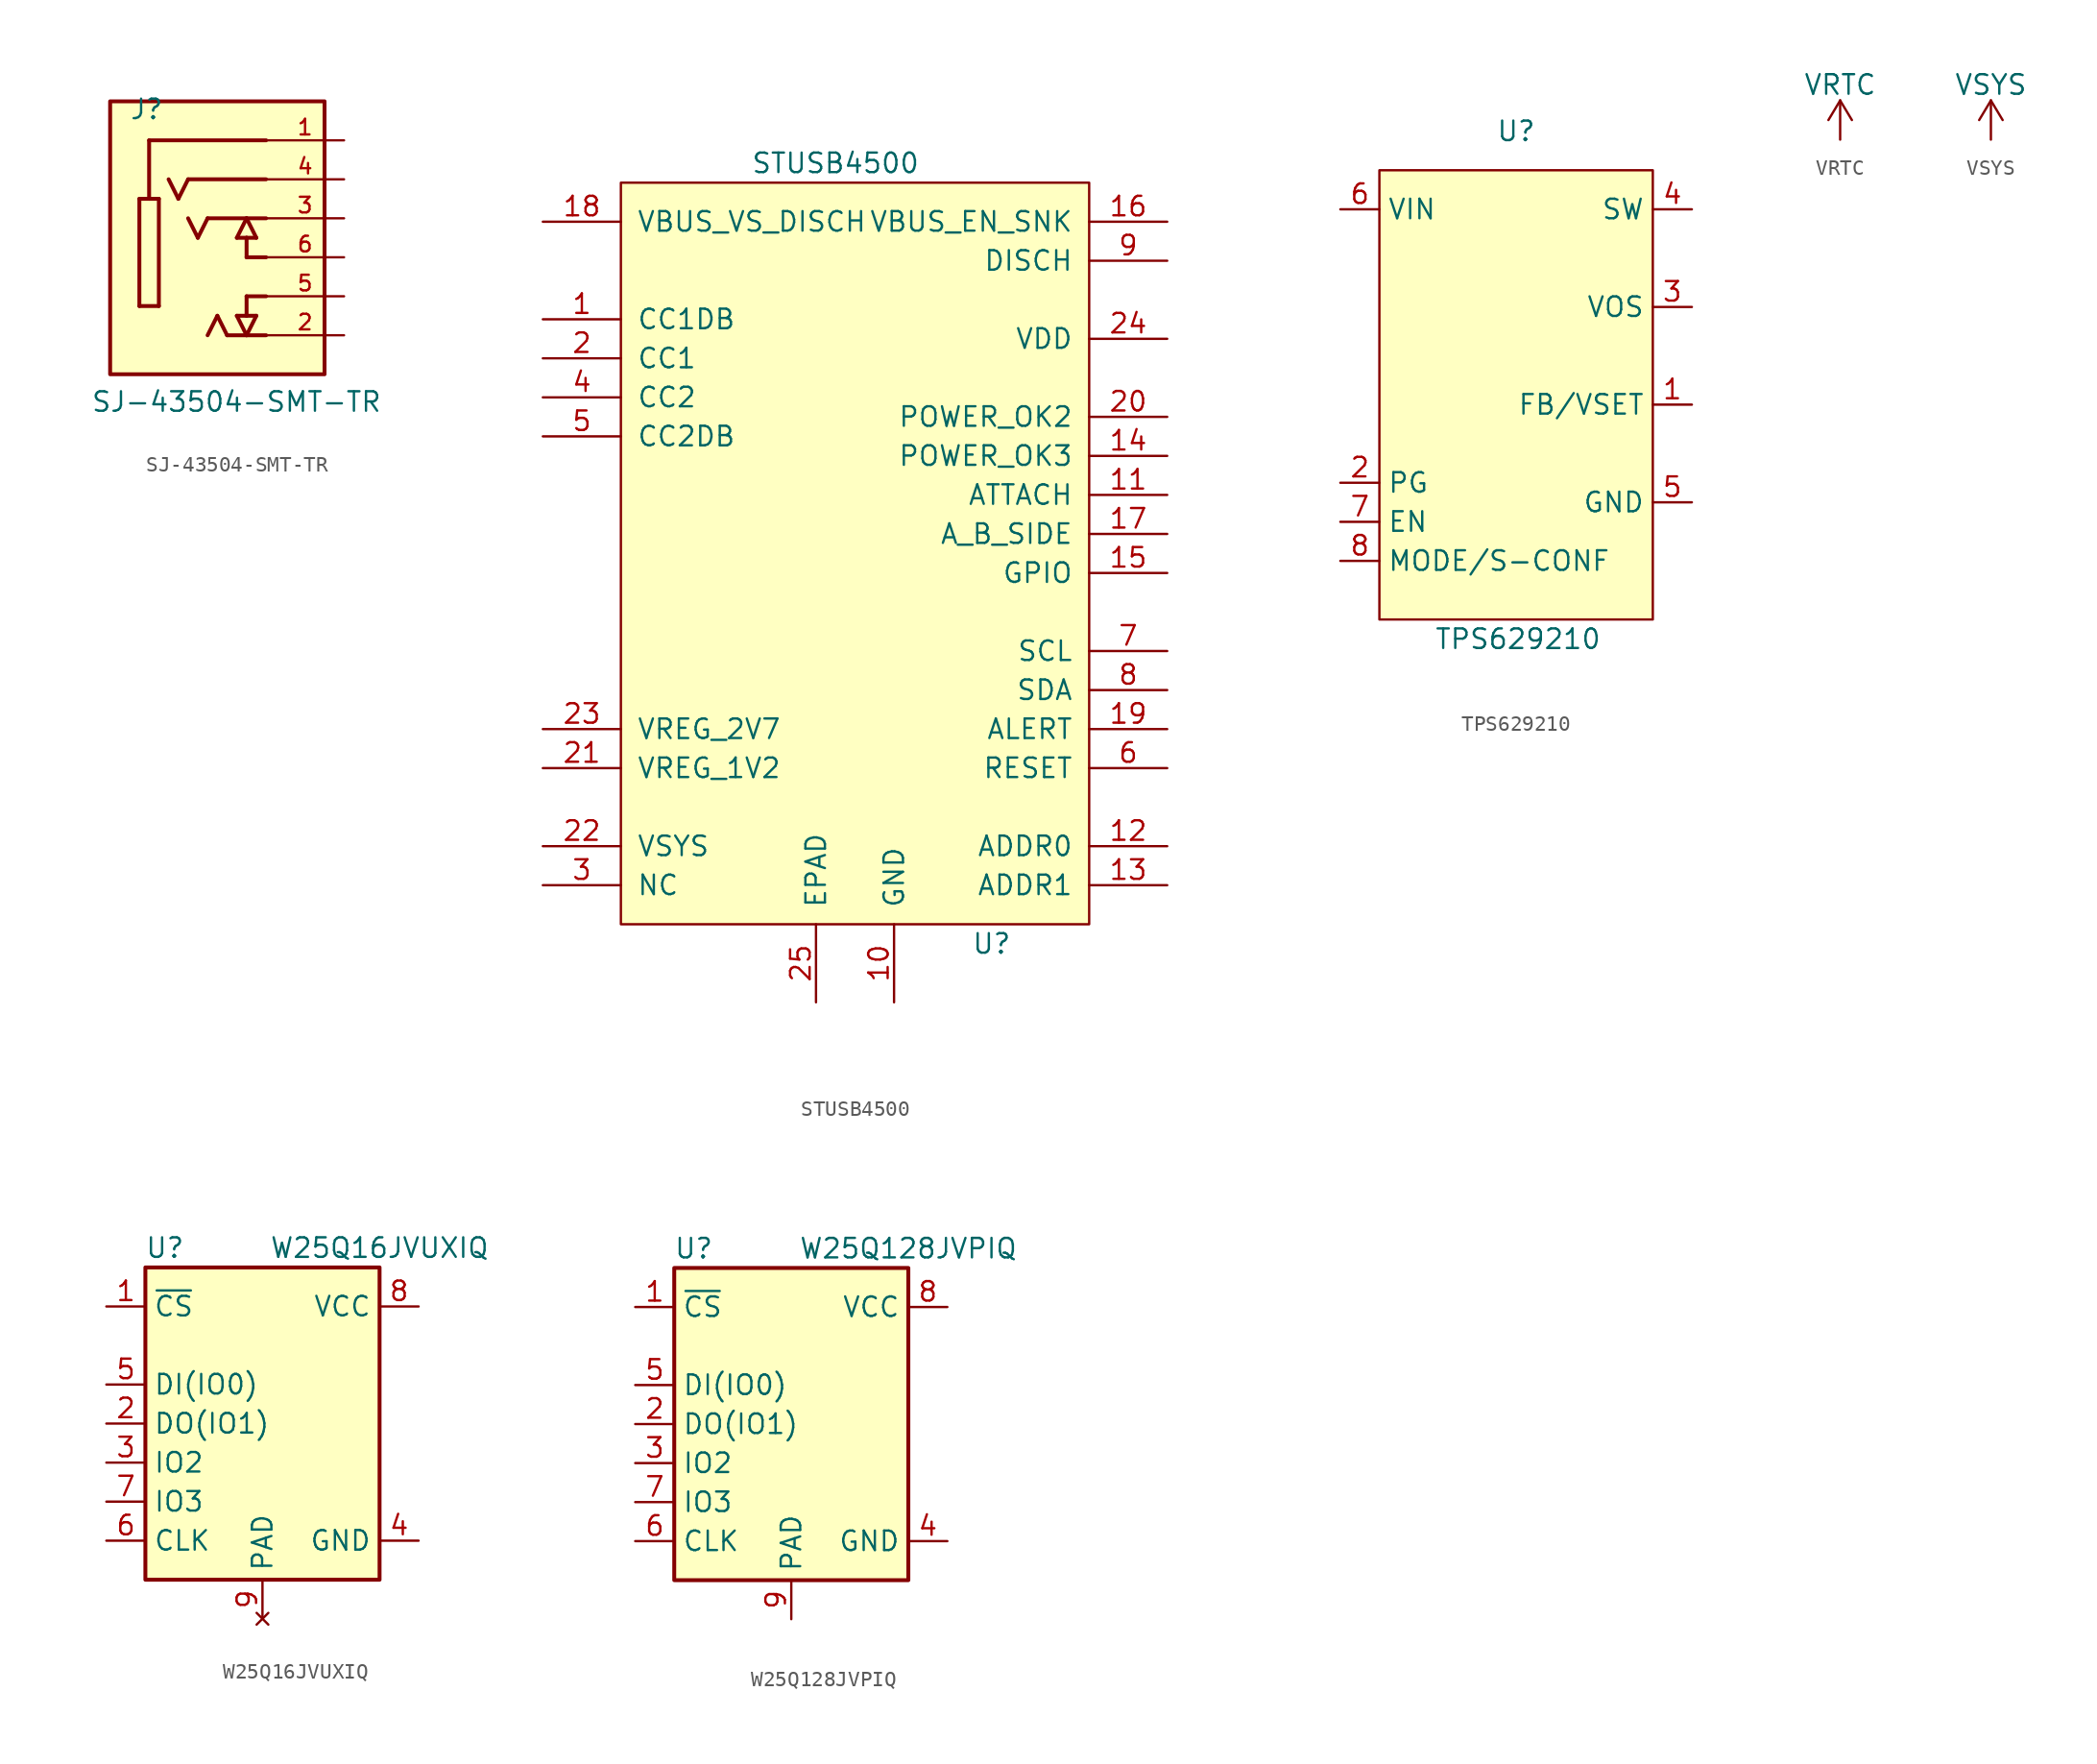
<source format=kicad_sym>
(kicad_symbol_lib
  (version 20220914)
  (generator kicad_symbol_editor)
  (symbol "SJ-43504-SMT-TR"
    (pin_names
      (offset 1.016))
    (property "Reference" "J"
      (at -8.909 6.363 0)
      (effects (font (size 1.27 1.27)) (justify left bottom)))
    (property "Value" "SJ-43504-SMT-TR"
      (at -11.43 -12.7 0)
      (effects (font (size 1.27 1.27)) (justify left bottom)))
    (symbol "SJ-43504-SMT-TR_0_0"
      (rectangle (start -10.16 7.62) (end 3.81 -10.16) (stroke (width 0.254) (type default)) (fill (type background)))
      (polyline (pts (xy -8.255 -5.715) (xy -8.255 1.27)) (stroke (width 0.254) (type default)) (fill (type none)))
      (polyline (pts (xy -8.255 1.27) (xy -7.62 1.27)) (stroke (width 0.254) (type default)) (fill (type none)))
      (polyline (pts (xy -7.62 1.27) (xy -6.985 1.27)) (stroke (width 0.254) (type default)) (fill (type none)))
      (polyline (pts (xy -7.62 5.08) (xy -7.62 1.27)) (stroke (width 0.254) (type default)) (fill (type none)))
      (polyline (pts (xy -6.985 -5.715) (xy -8.255 -5.715)) (stroke (width 0.254) (type default)) (fill (type none)))
      (polyline (pts (xy -6.985 1.27) (xy -6.985 -5.715)) (stroke (width 0.254) (type default)) (fill (type none)))
      (polyline (pts (xy -5.715 1.27) (xy -6.35 2.54)) (stroke (width 0.254) (type default)) (fill (type none)))
      (polyline (pts (xy -5.08 2.54) (xy -5.715 1.27)) (stroke (width 0.254) (type default)) (fill (type none)))
      (polyline (pts (xy -4.445 -1.27) (xy -5.08 0)) (stroke (width 0.254) (type default)) (fill (type none)))
      (polyline (pts (xy -3.81 0) (xy -4.445 -1.27)) (stroke (width 0.254) (type default)) (fill (type none)))
      (polyline (pts (xy -3.175 -6.35) (xy -3.81 -7.62)) (stroke (width 0.254) (type default)) (fill (type none)))
      (polyline (pts (xy -2.54 -7.62) (xy -3.175 -6.35)) (stroke (width 0.254) (type default)) (fill (type none)))
      (polyline (pts (xy -1.905 -6.35) (xy -1.27 -6.35)) (stroke (width 0.254) (type default)) (fill (type none)))
      (polyline (pts (xy -1.905 -1.27) (xy -1.27 -1.27)) (stroke (width 0.254) (type default)) (fill (type none)))
      (polyline (pts (xy -1.27 -7.62) (xy -2.54 -7.62)) (stroke (width 0.254) (type default)) (fill (type none)))
      (polyline (pts (xy -1.27 -7.62) (xy -1.905 -6.35)) (stroke (width 0.254) (type default)) (fill (type none)))
      (polyline (pts (xy -1.27 -6.35) (xy -0.635 -6.35)) (stroke (width 0.254) (type default)) (fill (type none)))
      (polyline (pts (xy -1.27 -5.08) (xy -1.27 -6.35)) (stroke (width 0.254) (type default)) (fill (type none)))
      (polyline (pts (xy -1.27 -2.54) (xy -1.27 -1.27)) (stroke (width 0.254) (type default)) (fill (type none)))
      (polyline (pts (xy -1.27 -1.27) (xy -0.635 -1.27)) (stroke (width 0.254) (type default)) (fill (type none)))
      (polyline (pts (xy -1.27 0) (xy -3.81 0)) (stroke (width 0.254) (type default)) (fill (type none)))
      (polyline (pts (xy -1.27 0) (xy -1.905 -1.27)) (stroke (width 0.254) (type default)) (fill (type none)))
      (polyline (pts (xy -0.635 -6.35) (xy -1.27 -7.62)) (stroke (width 0.254) (type default)) (fill (type none)))
      (polyline (pts (xy -0.635 -1.27) (xy -1.27 0)) (stroke (width 0.254) (type default)) (fill (type none)))
      (polyline (pts (xy 0 -7.62) (xy -1.27 -7.62)) (stroke (width 0.254) (type default)) (fill (type none)))
      (polyline (pts (xy 0 -5.08) (xy -1.27 -5.08)) (stroke (width 0.254) (type default)) (fill (type none)))
      (polyline (pts (xy 0 -2.54) (xy -1.27 -2.54)) (stroke (width 0.254) (type default)) (fill (type none)))
      (polyline (pts (xy 0 0) (xy -1.27 0)) (stroke (width 0.254) (type default)) (fill (type none)))
      (polyline (pts (xy 0 2.54) (xy -5.08 2.54)) (stroke (width 0.254) (type default)) (fill (type none)))
      (polyline (pts (xy 0 5.08) (xy -7.62 5.08)) (stroke (width 0.254) (type default)) (fill (type none)))
      (pin passive line (at 5.08 5.08 180) (length 5.08) (name "~" (effects (font (size 1.016 1.016)))) (number "1" (effects (font (size 1.016 1.016)))))
      (pin passive line (at 5.08 -7.62 180) (length 5.08) (name "~" (effects (font (size 1.016 1.016)))) (number "2" (effects (font (size 1.016 1.016)))))
      (pin passive line (at 5.08 0 180) (length 5.08) (name "~" (effects (font (size 1.016 1.016)))) (number "3" (effects (font (size 1.016 1.016)))))
      (pin passive line (at 5.08 2.54 180) (length 5.08) (name "~" (effects (font (size 1.016 1.016)))) (number "4" (effects (font (size 1.016 1.016)))))
      (pin passive line (at 5.08 -5.08 180) (length 5.08) (name "~" (effects (font (size 1.016 1.016)))) (number "5" (effects (font (size 1.016 1.016)))))
      (pin passive line (at 5.08 -2.54 180) (length 5.08) (name "~" (effects (font (size 1.016 1.016)))) (number "6" (effects (font (size 1.016 1.016)))))))
  (symbol "STUSB4500"
    (pin_names
      (offset 1.016))
    (property "Reference" "U"
      (at 8.89 -25.4 0)
      (effects (font (size 1.27 1.27))))
    (property "Value" "STUSB4500"
      (at -1.27 25.4 0)
      (effects (font (size 1.27 1.27))))
    (symbol "STUSB4500_0_1"
      (rectangle (start -15.24 24.13) (end 15.24 -24.13) (stroke (width 0) (type solid)) (fill (type background))))
    (symbol "STUSB4500_1_1"
      (pin bidirectional line (at -20.32 15.24 0) (length 5.08) (name "CC1DB" (effects (font (size 1.27 1.27)))) (number "1" (effects (font (size 1.27 1.27)))))
      (pin passive line (at 2.54 -29.21 90) (length 5.08) (name "GND" (effects (font (size 1.27 1.27)))) (number "10" (effects (font (size 1.27 1.27)))))
      (pin open_collector line (at 20.32 3.81 180) (length 5.08) (name "ATTACH" (effects (font (size 1.27 1.27)))) (number "11" (effects (font (size 1.27 1.27)))))
      (pin input line (at 20.32 -19.05 180) (length 5.08) (name "ADDR0" (effects (font (size 1.27 1.27)))) (number "12" (effects (font (size 1.27 1.27)))))
      (pin input line (at 20.32 -21.59 180) (length 5.08) (name "ADDR1" (effects (font (size 1.27 1.27)))) (number "13" (effects (font (size 1.27 1.27)))))
      (pin open_collector line (at 20.32 6.35 180) (length 5.08) (name "POWER_OK3" (effects (font (size 1.27 1.27)))) (number "14" (effects (font (size 1.27 1.27)))))
      (pin open_collector line (at 20.32 -1.27 180) (length 5.08) (name "GPIO" (effects (font (size 1.27 1.27)))) (number "15" (effects (font (size 1.27 1.27)))))
      (pin open_collector line (at 20.32 21.59 180) (length 5.08) (name "VBUS_EN_SNK" (effects (font (size 1.27 1.27)))) (number "16" (effects (font (size 1.27 1.27)))))
      (pin open_collector line (at 20.32 1.27 180) (length 5.08) (name "A_B_SIDE" (effects (font (size 1.27 1.27)))) (number "17" (effects (font (size 1.27 1.27)))))
      (pin input line (at -20.32 21.59 0) (length 5.08) (name "VBUS_VS_DISCH" (effects (font (size 1.27 1.27)))) (number "18" (effects (font (size 1.27 1.27)))))
      (pin open_collector line (at 20.32 -11.43 180) (length 5.08) (name "ALERT" (effects (font (size 1.27 1.27)))) (number "19" (effects (font (size 1.27 1.27)))))
      (pin bidirectional line (at -20.32 12.7 0) (length 5.08) (name "CC1" (effects (font (size 1.27 1.27)))) (number "2" (effects (font (size 1.27 1.27)))))
      (pin open_collector line (at 20.32 8.89 180) (length 5.08) (name "POWER_OK2" (effects (font (size 1.27 1.27)))) (number "20" (effects (font (size 1.27 1.27)))))
      (pin power_out line (at -20.32 -13.97 0) (length 5.08) (name "VREG_1V2" (effects (font (size 1.27 1.27)))) (number "21" (effects (font (size 1.27 1.27)))))
      (pin power_out line (at -20.32 -19.05 0) (length 5.08) (name "VSYS" (effects (font (size 1.27 1.27)))) (number "22" (effects (font (size 1.27 1.27)))))
      (pin power_out line (at -20.32 -11.43 0) (length 5.08) (name "VREG_2V7" (effects (font (size 1.27 1.27)))) (number "23" (effects (font (size 1.27 1.27)))))
      (pin power_in line (at 20.32 13.97 180) (length 5.08) (name "VDD" (effects (font (size 1.27 1.27)))) (number "24" (effects (font (size 1.27 1.27)))))
      (pin passive line (at -2.54 -29.21 90) (length 5.08) (name "EPAD" (effects (font (size 1.27 1.27)))) (number "25" (effects (font (size 1.27 1.27)))))
      (pin passive line (at -20.32 -21.59 0) (length 5.08) (name "NC" (effects (font (size 1.27 1.27)))) (number "3" (effects (font (size 1.27 1.27)))))
      (pin bidirectional line (at -20.32 10.16 0) (length 5.08) (name "CC2" (effects (font (size 1.27 1.27)))) (number "4" (effects (font (size 1.27 1.27)))))
      (pin bidirectional line (at -20.32 7.62 0) (length 5.08) (name "CC2DB" (effects (font (size 1.27 1.27)))) (number "5" (effects (font (size 1.27 1.27)))))
      (pin input line (at 20.32 -13.97 180) (length 5.08) (name "RESET" (effects (font (size 1.27 1.27)))) (number "6" (effects (font (size 1.27 1.27)))))
      (pin input line (at 20.32 -6.35 180) (length 5.08) (name "SCL" (effects (font (size 1.27 1.27)))) (number "7" (effects (font (size 1.27 1.27)))))
      (pin open_collector line (at 20.32 -8.89 180) (length 5.08) (name "SDA" (effects (font (size 1.27 1.27)))) (number "8" (effects (font (size 1.27 1.27)))))
      (pin bidirectional line (at 20.32 19.05 180) (length 5.08) (name "DISCH" (effects (font (size 1.27 1.27)))) (number "9" (effects (font (size 1.27 1.27)))))))
  (symbol "TPS629210"
    (property "Reference" "U"
      (at 0 15.24 0)
      (effects (font (size 1.27 1.27))))
    (property "Value" "TPS629210"
      (at 0.127 -17.78 0)
      (effects (font (size 1.27 1.27))))
    (symbol "TPS629210_1_1"
      (rectangle (start -8.89 12.7) (end 8.89 -16.51) (stroke (width 0) (type default)) (fill (type background)))
      (pin input line (at 11.43 -2.54 180) (length 2.54) (name "FB/VSET" (effects (font (size 1.27 1.27)))) (number "1" (effects (font (size 1.27 1.27)))))
      (pin open_collector line (at -11.43 -7.62 0) (length 2.54) (name "PG" (effects (font (size 1.27 1.27)))) (number "2" (effects (font (size 1.27 1.27)))))
      (pin input line (at 11.43 3.81 180) (length 2.54) (name "VOS" (effects (font (size 1.27 1.27)))) (number "3" (effects (font (size 1.27 1.27)))))
      (pin passive line (at 11.43 10.16 180) (length 2.54) (name "SW" (effects (font (size 1.27 1.27)))) (number "4" (effects (font (size 1.27 1.27)))))
      (pin passive line (at 11.43 -8.89 180) (length 2.54) (name "GND" (effects (font (size 1.27 1.27)))) (number "5" (effects (font (size 1.27 1.27)))))
      (pin input line (at -11.43 10.16 0) (length 2.54) (name "VIN" (effects (font (size 1.27 1.27)))) (number "6" (effects (font (size 1.27 1.27)))))
      (pin input line (at -11.43 -10.16 0) (length 2.54) (name "EN" (effects (font (size 1.27 1.27)))) (number "7" (effects (font (size 1.27 1.27)))))
      (pin input line (at -11.43 -12.7 0) (length 2.54) (name "MODE/S-CONF" (effects (font (size 1.27 1.27)))) (number "8" (effects (font (size 1.27 1.27)))))))
  (symbol "VRTC"
    (power)
    (pin_names
      (offset 0))
    (property "Reference" "#PWR"
      (at 0 -3.81 0)
      (effects (font (size 1.27 1.27)) hide))
    (property "Value" "VRTC"
      (at 0 3.556 0)
      (effects (font (size 1.27 1.27))))
    (symbol "VRTC_0_1"
      (polyline (pts (xy -0.762 1.27) (xy 0 2.54)) (stroke (width 0) (type default)) (fill (type none)))
      (polyline (pts (xy 0 0) (xy 0 2.54)) (stroke (width 0) (type default)) (fill (type none)))
      (polyline (pts (xy 0 2.54) (xy 0.762 1.27)) (stroke (width 0) (type default)) (fill (type none))))
    (symbol "VRTC_1_1"
      (pin power_in line (at 0 0 90) (length 0) hide (name "VRTC" (effects (font (size 1.27 1.27)))) (number "1" (effects (font (size 1.27 1.27)))))))
  (symbol "VSYS"
    (power)
    (pin_names
      (offset 0))
    (property "Reference" "#PWR"
      (at 0 -3.81 0)
      (effects (font (size 1.27 1.27)) hide))
    (property "Value" "VSYS"
      (at 0 3.556 0)
      (effects (font (size 1.27 1.27))))
    (symbol "VSYS_0_1"
      (polyline (pts (xy -0.762 1.27) (xy 0 2.54)) (stroke (width 0) (type default)) (fill (type none)))
      (polyline (pts (xy 0 0) (xy 0 2.54)) (stroke (width 0) (type default)) (fill (type none)))
      (polyline (pts (xy 0 2.54) (xy 0.762 1.27)) (stroke (width 0) (type default)) (fill (type none))))
    (symbol "VSYS_1_1"
      (pin power_in line (at 0 0 90) (length 0) hide (name "VSYS" (effects (font (size 1.27 1.27)))) (number "1" (effects (font (size 1.27 1.27)))))))
  (symbol "W25Q16JVUXIQ"
    (property "Reference" "U"
      (at -6.35 11.43 0)
      (effects (font (size 1.27 1.27))))
    (property "Value" "W25Q16JVUXIQ"
      (at 7.62 11.43 0)
      (effects (font (size 1.27 1.27))))
    (symbol "W25Q16JVUXIQ_0_1"
      (rectangle (start -7.62 10.16) (end 7.62 -10.16) (stroke (width 0.254) (type default)) (fill (type background))))
    (symbol "W25Q16JVUXIQ_1_1"
      (pin input line (at -10.16 7.62 0) (length 2.54) (name "~{CS}" (effects (font (size 1.27 1.27)))) (number "1" (effects (font (size 1.27 1.27)))))
      (pin bidirectional line (at -10.16 0 0) (length 2.54) (name "DO(IO1)" (effects (font (size 1.27 1.27)))) (number "2" (effects (font (size 1.27 1.27)))))
      (pin bidirectional line (at -10.16 -2.54 0) (length 2.54) (name "IO2" (effects (font (size 1.27 1.27)))) (number "3" (effects (font (size 1.27 1.27)))))
      (pin power_in line (at 10.16 -7.62 180) (length 2.54) (name "GND" (effects (font (size 1.27 1.27)))) (number "4" (effects (font (size 1.27 1.27)))))
      (pin bidirectional line (at -10.16 2.54 0) (length 2.54) (name "DI(IO0)" (effects (font (size 1.27 1.27)))) (number "5" (effects (font (size 1.27 1.27)))))
      (pin input line (at -10.16 -7.62 0) (length 2.54) (name "CLK" (effects (font (size 1.27 1.27)))) (number "6" (effects (font (size 1.27 1.27)))))
      (pin bidirectional line (at -10.16 -5.08 0) (length 2.54) (name "IO3" (effects (font (size 1.27 1.27)))) (number "7" (effects (font (size 1.27 1.27)))))
      (pin power_in line (at 10.16 7.62 180) (length 2.54) (name "VCC" (effects (font (size 1.27 1.27)))) (number "8" (effects (font (size 1.27 1.27)))))
      (pin no_connect line (at 0 -12.7 90) (length 2.54) (name "PAD" (effects (font (size 1.27 1.27)))) (number "9" (effects (font (size 1.27 1.27)))))))
  (symbol "W25Q128JVPIQ"
    (property "Reference" "U"
      (at -6.35 11.43 0)
      (effects (font (size 1.27 1.27))))
    (property "Value" "W25Q128JVPIQ"
      (at 7.62 11.43 0)
      (effects (font (size 1.27 1.27))))
    (symbol "W25Q128JVPIQ_0_1"
      (rectangle (start -7.62 10.16) (end 7.62 -10.16) (stroke (width 0.254) (type default)) (fill (type background))))
    (symbol "W25Q128JVPIQ_1_1"
      (pin input line (at -10.16 7.62 0) (length 2.54) (name "~{CS}" (effects (font (size 1.27 1.27)))) (number "1" (effects (font (size 1.27 1.27)))))
      (pin bidirectional line (at -10.16 0 0) (length 2.54) (name "DO(IO1)" (effects (font (size 1.27 1.27)))) (number "2" (effects (font (size 1.27 1.27)))))
      (pin bidirectional line (at -10.16 -2.54 0) (length 2.54) (name "IO2" (effects (font (size 1.27 1.27)))) (number "3" (effects (font (size 1.27 1.27)))))
      (pin power_in line (at 10.16 -7.62 180) (length 2.54) (name "GND" (effects (font (size 1.27 1.27)))) (number "4" (effects (font (size 1.27 1.27)))))
      (pin bidirectional line (at -10.16 2.54 0) (length 2.54) (name "DI(IO0)" (effects (font (size 1.27 1.27)))) (number "5" (effects (font (size 1.27 1.27)))))
      (pin input line (at -10.16 -7.62 0) (length 2.54) (name "CLK" (effects (font (size 1.27 1.27)))) (number "6" (effects (font (size 1.27 1.27)))))
      (pin bidirectional line (at -10.16 -5.08 0) (length 2.54) (name "IO3" (effects (font (size 1.27 1.27)))) (number "7" (effects (font (size 1.27 1.27)))))
      (pin power_in line (at 10.16 7.62 180) (length 2.54) (name "VCC" (effects (font (size 1.27 1.27)))) (number "8" (effects (font (size 1.27 1.27)))))
      (pin passive line (at 0 -12.7 90) (length 2.54) (name "PAD" (effects (font (size 1.27 1.27)))) (number "9" (effects (font (size 1.27 1.27))))))))
</source>
